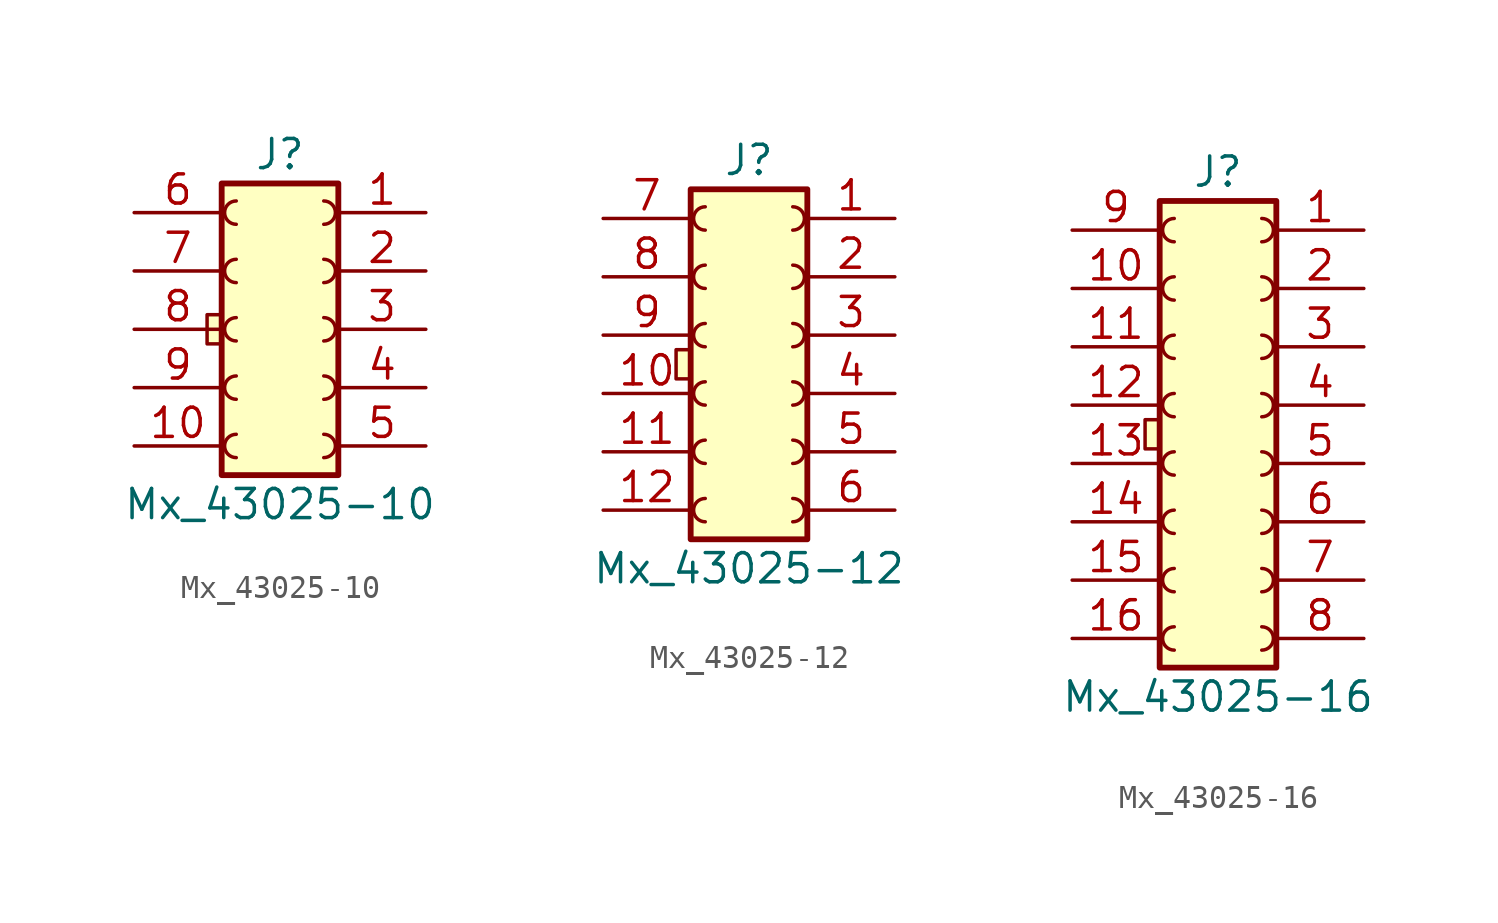
<source format=kicad_sym>
(kicad_symbol_lib
  (version 20211014)
  (generator kicad_symbol_editor)
  (symbol "Mx_43025-10"
    (pin_names
      (offset 1.016) hide)
    (property "Reference" "J"
      (at 0 7.62 0)
      (effects (font (size 1.27 1.27))))
    (property "Value" "Mx_43025-10"
      (at 0 -7.62 0)
      (effects (font (size 1.27 1.27))))
    (symbol "Mx_43025-10_0_1"
      (rectangle (start -2.54 0.635) (end -3.175 -0.635) (stroke (width 0) (type default) (color 0 0 0 0)) (fill (type background))))
    (symbol "Mx_43025-10_1_1"
      (arc (start -1.905 -4.572) (mid -2.413 -5.08) (end -1.905 -5.588) (stroke (width 0) (type default) (color 0 0 0 0)) (fill (type none)))
      (arc (start -1.905 -2.032) (mid -2.413 -2.54) (end -1.905 -3.048) (stroke (width 0) (type default) (color 0 0 0 0)) (fill (type none)))
      (arc (start -1.905 0.508) (mid -2.413 0) (end -1.905 -0.508) (stroke (width 0) (type default) (color 0 0 0 0)) (fill (type none)))
      (arc (start -1.905 3.048) (mid -2.413 2.54) (end -1.905 2.032) (stroke (width 0) (type default) (color 0 0 0 0)) (fill (type none)))
      (arc (start -1.905 5.588) (mid -2.413 5.08) (end -1.905 4.572) (stroke (width 0) (type default) (color 0 0 0 0)) (fill (type none)))
      (arc (start 1.905 -5.588) (mid 2.413 -5.08) (end 1.905 -4.572) (stroke (width 0) (type default) (color 0 0 0 0)) (fill (type none)))
      (arc (start 1.905 -3.048) (mid 2.413 -2.54) (end 1.905 -2.032) (stroke (width 0) (type default) (color 0 0 0 0)) (fill (type none)))
      (arc (start 1.905 -0.508) (mid 2.413 0) (end 1.905 0.508) (stroke (width 0) (type default) (color 0 0 0 0)) (fill (type none)))
      (arc (start 1.905 2.032) (mid 2.413 2.54) (end 1.905 3.048) (stroke (width 0) (type default) (color 0 0 0 0)) (fill (type none)))
      (arc (start 1.905 4.572) (mid 2.413 5.08) (end 1.905 5.588) (stroke (width 0) (type default) (color 0 0 0 0)) (fill (type none)))
      (rectangle (start 2.54 6.35) (end -2.54 -6.35) (stroke (width 0.254) (type default) (color 0 0 0 0)) (fill (type background)))
      (pin passive line (at 6.35 5.08 180) (length 3.81) (name "Pin_1" (effects (font (size 1.27 1.27)))) (number "1" (effects (font (size 1.27 1.27)))))
      (pin passive line (at -6.35 -5.08 0) (length 3.81) (name "Pin_10" (effects (font (size 1.27 1.27)))) (number "10" (effects (font (size 1.27 1.27)))))
      (pin passive line (at 6.35 2.54 180) (length 3.81) (name "Pin_2" (effects (font (size 1.27 1.27)))) (number "2" (effects (font (size 1.27 1.27)))))
      (pin passive line (at 6.35 0 180) (length 3.81) (name "Pin_3" (effects (font (size 1.27 1.27)))) (number "3" (effects (font (size 1.27 1.27)))))
      (pin passive line (at 6.35 -2.54 180) (length 3.81) (name "Pin_4" (effects (font (size 1.27 1.27)))) (number "4" (effects (font (size 1.27 1.27)))))
      (pin passive line (at 6.35 -5.08 180) (length 3.81) (name "Pin_5" (effects (font (size 1.27 1.27)))) (number "5" (effects (font (size 1.27 1.27)))))
      (pin passive line (at -6.35 5.08 0) (length 3.81) (name "Pin_6" (effects (font (size 1.27 1.27)))) (number "6" (effects (font (size 1.27 1.27)))))
      (pin passive line (at -6.35 2.54 0) (length 3.81) (name "Pin_7" (effects (font (size 1.27 1.27)))) (number "7" (effects (font (size 1.27 1.27)))))
      (pin passive line (at -6.35 0 0) (length 3.81) (name "Pin_8" (effects (font (size 1.27 1.27)))) (number "8" (effects (font (size 1.27 1.27)))))
      (pin passive line (at -6.35 -2.54 0) (length 3.81) (name "Pin_9" (effects (font (size 1.27 1.27)))) (number "9" (effects (font (size 1.27 1.27)))))))
  (symbol "Mx_43025-12"
    (pin_names
      (offset 1.016) hide)
    (property "Reference" "J"
      (at 0 8.89 0)
      (effects (font (size 1.27 1.27))))
    (property "Value" "Mx_43025-12"
      (at 0 -8.89 0)
      (effects (font (size 1.27 1.27))))
    (symbol "Mx_43025-12_0_1"
      (rectangle (start -3.175 0.635) (end -2.54 -0.635) (stroke (width 0) (type default) (color 0 0 0 0)) (fill (type background))))
    (symbol "Mx_43025-12_1_1"
      (arc (start -1.905 -5.842) (mid -2.413 -6.35) (end -1.905 -6.858) (stroke (width 0) (type default) (color 0 0 0 0)) (fill (type none)))
      (arc (start -1.905 -3.302) (mid -2.413 -3.81) (end -1.905 -4.318) (stroke (width 0) (type default) (color 0 0 0 0)) (fill (type none)))
      (arc (start -1.905 -0.762) (mid -2.413 -1.27) (end -1.905 -1.778) (stroke (width 0) (type default) (color 0 0 0 0)) (fill (type none)))
      (arc (start -1.905 1.778) (mid -2.413 1.27) (end -1.905 0.762) (stroke (width 0) (type default) (color 0 0 0 0)) (fill (type none)))
      (arc (start -1.905 4.318) (mid -2.413 3.81) (end -1.905 3.302) (stroke (width 0) (type default) (color 0 0 0 0)) (fill (type none)))
      (arc (start -1.905 6.858) (mid -2.413 6.35) (end -1.905 5.842) (stroke (width 0) (type default) (color 0 0 0 0)) (fill (type none)))
      (arc (start 1.905 -6.858) (mid 2.413 -6.35) (end 1.905 -5.842) (stroke (width 0) (type default) (color 0 0 0 0)) (fill (type none)))
      (arc (start 1.905 -4.318) (mid 2.413 -3.81) (end 1.905 -3.302) (stroke (width 0) (type default) (color 0 0 0 0)) (fill (type none)))
      (arc (start 1.905 -1.778) (mid 2.413 -1.27) (end 1.905 -0.762) (stroke (width 0) (type default) (color 0 0 0 0)) (fill (type none)))
      (arc (start 1.905 0.762) (mid 2.413 1.27) (end 1.905 1.778) (stroke (width 0) (type default) (color 0 0 0 0)) (fill (type none)))
      (arc (start 1.905 3.302) (mid 2.413 3.81) (end 1.905 4.318) (stroke (width 0) (type default) (color 0 0 0 0)) (fill (type none)))
      (arc (start 1.905 5.842) (mid 2.413 6.35) (end 1.905 6.858) (stroke (width 0) (type default) (color 0 0 0 0)) (fill (type none)))
      (rectangle (start 2.54 7.62) (end -2.54 -7.62) (stroke (width 0.254) (type default) (color 0 0 0 0)) (fill (type background)))
      (pin passive line (at 6.35 6.35 180) (length 3.81) (name "Pin_1" (effects (font (size 1.27 1.27)))) (number "1" (effects (font (size 1.27 1.27)))))
      (pin passive line (at -6.35 -1.27 0) (length 3.81) (name "Pin_10" (effects (font (size 1.27 1.27)))) (number "10" (effects (font (size 1.27 1.27)))))
      (pin passive line (at -6.35 -3.81 0) (length 3.81) (name "Pin_11" (effects (font (size 1.27 1.27)))) (number "11" (effects (font (size 1.27 1.27)))))
      (pin passive line (at -6.35 -6.35 0) (length 3.81) (name "Pin_12" (effects (font (size 1.27 1.27)))) (number "12" (effects (font (size 1.27 1.27)))))
      (pin passive line (at 6.35 3.81 180) (length 3.81) (name "Pin_2" (effects (font (size 1.27 1.27)))) (number "2" (effects (font (size 1.27 1.27)))))
      (pin passive line (at 6.35 1.27 180) (length 3.81) (name "Pin_3" (effects (font (size 1.27 1.27)))) (number "3" (effects (font (size 1.27 1.27)))))
      (pin passive line (at 6.35 -1.27 180) (length 3.81) (name "Pin_4" (effects (font (size 1.27 1.27)))) (number "4" (effects (font (size 1.27 1.27)))))
      (pin passive line (at 6.35 -3.81 180) (length 3.81) (name "Pin_5" (effects (font (size 1.27 1.27)))) (number "5" (effects (font (size 1.27 1.27)))))
      (pin passive line (at 6.35 -6.35 180) (length 3.81) (name "Pin_6" (effects (font (size 1.27 1.27)))) (number "6" (effects (font (size 1.27 1.27)))))
      (pin passive line (at -6.35 6.35 0) (length 3.81) (name "Pin_7" (effects (font (size 1.27 1.27)))) (number "7" (effects (font (size 1.27 1.27)))))
      (pin passive line (at -6.35 3.81 0) (length 3.81) (name "Pin_8" (effects (font (size 1.27 1.27)))) (number "8" (effects (font (size 1.27 1.27)))))
      (pin passive line (at -6.35 1.27 0) (length 3.81) (name "Pin_9" (effects (font (size 1.27 1.27)))) (number "9" (effects (font (size 1.27 1.27)))))))
  (symbol "Mx_43025-16"
    (pin_names
      (offset 1.016) hide)
    (property "Reference" "J"
      (at 0 11.43 0)
      (effects (font (size 1.27 1.27))))
    (property "Value" "Mx_43025-16"
      (at 0 -11.43 0)
      (effects (font (size 1.27 1.27))))
    (symbol "Mx_43025-16_0_1"
      (rectangle (start -3.175 0.635) (end -2.54 -0.635) (stroke (width 0) (type default) (color 0 0 0 0)) (fill (type background))))
    (symbol "Mx_43025-16_1_1"
      (arc (start -1.905 -8.382) (mid -2.413 -8.89) (end -1.905 -9.398) (stroke (width 0) (type default) (color 0 0 0 0)) (fill (type none)))
      (arc (start -1.905 -5.842) (mid -2.413 -6.35) (end -1.905 -6.858) (stroke (width 0) (type default) (color 0 0 0 0)) (fill (type none)))
      (arc (start -1.905 -3.302) (mid -2.413 -3.81) (end -1.905 -4.318) (stroke (width 0) (type default) (color 0 0 0 0)) (fill (type none)))
      (arc (start -1.905 -0.762) (mid -2.413 -1.27) (end -1.905 -1.778) (stroke (width 0) (type default) (color 0 0 0 0)) (fill (type none)))
      (arc (start -1.905 1.778) (mid -2.413 1.27) (end -1.905 0.762) (stroke (width 0) (type default) (color 0 0 0 0)) (fill (type none)))
      (arc (start -1.905 4.318) (mid -2.413 3.81) (end -1.905 3.302) (stroke (width 0) (type default) (color 0 0 0 0)) (fill (type none)))
      (arc (start -1.905 6.858) (mid -2.413 6.35) (end -1.905 5.842) (stroke (width 0) (type default) (color 0 0 0 0)) (fill (type none)))
      (arc (start -1.905 9.398) (mid -2.413 8.89) (end -1.905 8.382) (stroke (width 0) (type default) (color 0 0 0 0)) (fill (type none)))
      (arc (start 1.905 -9.398) (mid 2.413 -8.89) (end 1.905 -8.382) (stroke (width 0) (type default) (color 0 0 0 0)) (fill (type none)))
      (arc (start 1.905 -6.858) (mid 2.413 -6.35) (end 1.905 -5.842) (stroke (width 0) (type default) (color 0 0 0 0)) (fill (type none)))
      (arc (start 1.905 -4.318) (mid 2.413 -3.81) (end 1.905 -3.302) (stroke (width 0) (type default) (color 0 0 0 0)) (fill (type none)))
      (arc (start 1.905 -1.778) (mid 2.413 -1.27) (end 1.905 -0.762) (stroke (width 0) (type default) (color 0 0 0 0)) (fill (type none)))
      (arc (start 1.905 0.762) (mid 2.413 1.27) (end 1.905 1.778) (stroke (width 0) (type default) (color 0 0 0 0)) (fill (type none)))
      (arc (start 1.905 3.302) (mid 2.413 3.81) (end 1.905 4.318) (stroke (width 0) (type default) (color 0 0 0 0)) (fill (type none)))
      (arc (start 1.905 5.842) (mid 2.413 6.35) (end 1.905 6.858) (stroke (width 0) (type default) (color 0 0 0 0)) (fill (type none)))
      (arc (start 1.905 8.382) (mid 2.413 8.89) (end 1.905 9.398) (stroke (width 0) (type default) (color 0 0 0 0)) (fill (type none)))
      (rectangle (start 2.54 10.16) (end -2.54 -10.16) (stroke (width 0.254) (type default) (color 0 0 0 0)) (fill (type background)))
      (pin passive line (at 6.35 8.89 180) (length 3.81) (name "Pin_1" (effects (font (size 1.27 1.27)))) (number "1" (effects (font (size 1.27 1.27)))))
      (pin passive line (at -6.35 6.35 0) (length 3.81) (name "Pin_10" (effects (font (size 1.27 1.27)))) (number "10" (effects (font (size 1.27 1.27)))))
      (pin passive line (at -6.35 3.81 0) (length 3.81) (name "Pin_11" (effects (font (size 1.27 1.27)))) (number "11" (effects (font (size 1.27 1.27)))))
      (pin passive line (at -6.35 1.27 0) (length 3.81) (name "Pin_12" (effects (font (size 1.27 1.27)))) (number "12" (effects (font (size 1.27 1.27)))))
      (pin passive line (at -6.35 -1.27 0) (length 3.81) (name "Pin_13" (effects (font (size 1.27 1.27)))) (number "13" (effects (font (size 1.27 1.27)))))
      (pin passive line (at -6.35 -3.81 0) (length 3.81) (name "Pin_14" (effects (font (size 1.27 1.27)))) (number "14" (effects (font (size 1.27 1.27)))))
      (pin passive line (at -6.35 -6.35 0) (length 3.81) (name "Pin_15" (effects (font (size 1.27 1.27)))) (number "15" (effects (font (size 1.27 1.27)))))
      (pin passive line (at -6.35 -8.89 0) (length 3.81) (name "Pin_16" (effects (font (size 1.27 1.27)))) (number "16" (effects (font (size 1.27 1.27)))))
      (pin passive line (at 6.35 6.35 180) (length 3.81) (name "Pin_2" (effects (font (size 1.27 1.27)))) (number "2" (effects (font (size 1.27 1.27)))))
      (pin passive line (at 6.35 3.81 180) (length 3.81) (name "Pin_3" (effects (font (size 1.27 1.27)))) (number "3" (effects (font (size 1.27 1.27)))))
      (pin passive line (at 6.35 1.27 180) (length 3.81) (name "Pin_4" (effects (font (size 1.27 1.27)))) (number "4" (effects (font (size 1.27 1.27)))))
      (pin passive line (at 6.35 -1.27 180) (length 3.81) (name "Pin_5" (effects (font (size 1.27 1.27)))) (number "5" (effects (font (size 1.27 1.27)))))
      (pin passive line (at 6.35 -3.81 180) (length 3.81) (name "Pin_6" (effects (font (size 1.27 1.27)))) (number "6" (effects (font (size 1.27 1.27)))))
      (pin passive line (at 6.35 -6.35 180) (length 3.81) (name "Pin_7" (effects (font (size 1.27 1.27)))) (number "7" (effects (font (size 1.27 1.27)))))
      (pin passive line (at 6.35 -8.89 180) (length 3.81) (name "Pin_8" (effects (font (size 1.27 1.27)))) (number "8" (effects (font (size 1.27 1.27)))))
      (pin passive line (at -6.35 8.89 0) (length 3.81) (name "Pin_9" (effects (font (size 1.27 1.27)))) (number "9" (effects (font (size 1.27 1.27))))))))
</source>
